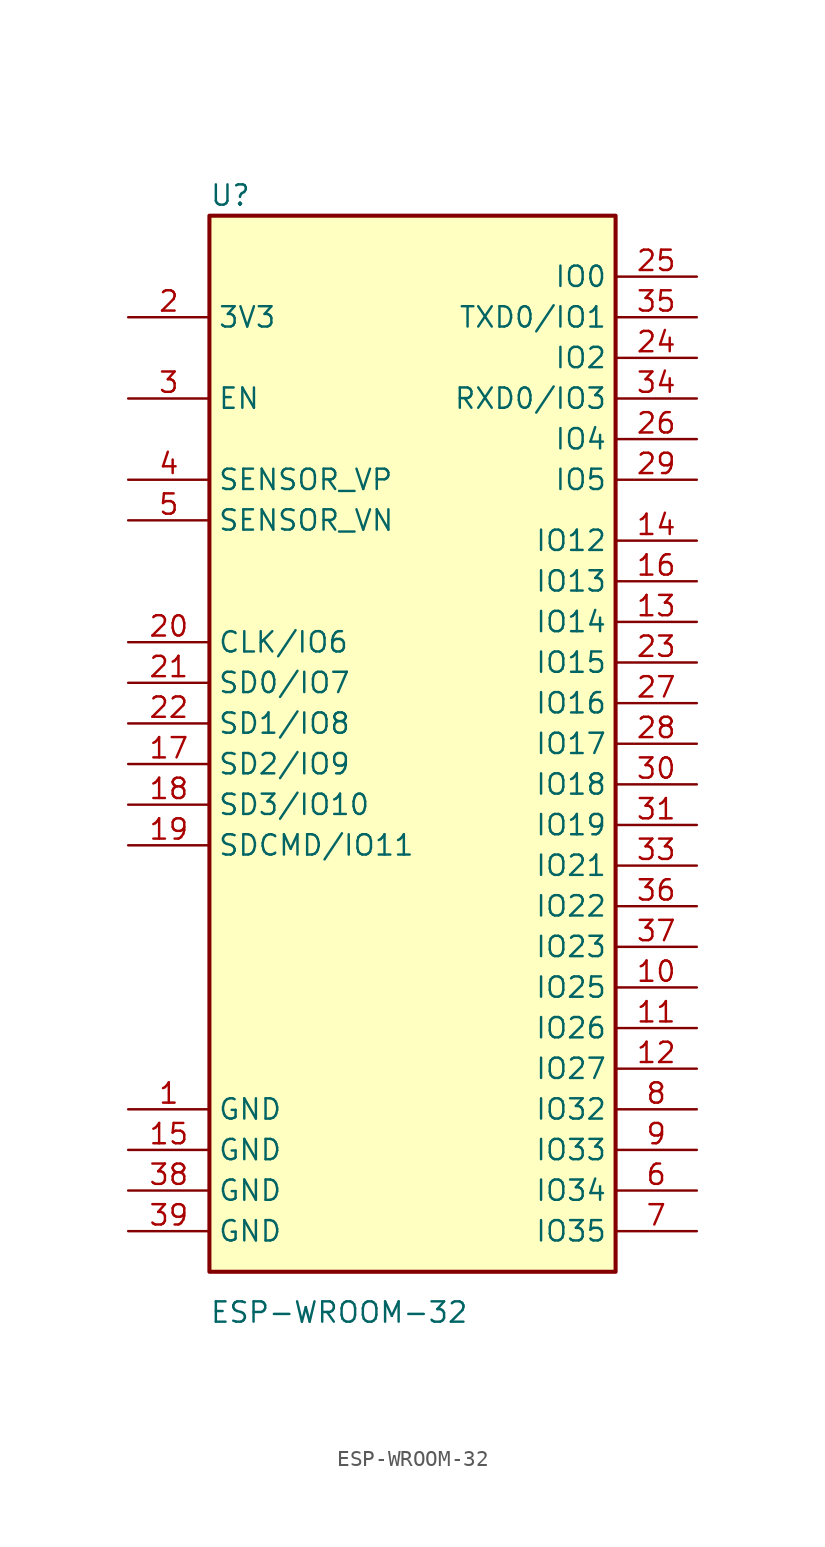
<source format=kicad_sym>
(kicad_symbol_lib
  (version 20220914)
  (generator kicad_symbol_editor)
  (symbol "ESP-WROOM-32"
    (property "Reference" "U"
      (at -12.7 34.29 0)
      (effects (font (size 1.27 1.27)) (justify left)))
    (property "Value" "ESP-WROOM-32"
      (at -12.7 -35.56 0)
      (effects (font (size 1.27 1.27)) (justify left)))
    (symbol "ESP-WROOM-32_0_1"
      (rectangle (start -12.7 33.02) (end 12.7 -33.02) (stroke (width 0.254) (type solid)) (fill (type background))))
    (symbol "ESP-WROOM-32_1_1"
      (pin power_in line (at -17.78 -22.86 0) (length 5.08) (name "GND" (effects (font (size 1.27 1.27)))) (number "1" (effects (font (size 1.27 1.27)))))
      (pin bidirectional line (at 17.78 -15.24 180) (length 5.08) (name "IO25" (effects (font (size 1.27 1.27)))) (number "10" (effects (font (size 1.27 1.27)))))
      (pin bidirectional line (at 17.78 -17.78 180) (length 5.08) (name "IO26" (effects (font (size 1.27 1.27)))) (number "11" (effects (font (size 1.27 1.27)))))
      (pin bidirectional line (at 17.78 -20.32 180) (length 5.08) (name "IO27" (effects (font (size 1.27 1.27)))) (number "12" (effects (font (size 1.27 1.27)))))
      (pin bidirectional line (at 17.78 7.62 180) (length 5.08) (name "IO14" (effects (font (size 1.27 1.27)))) (number "13" (effects (font (size 1.27 1.27)))))
      (pin bidirectional line (at 17.78 12.7 180) (length 5.08) (name "IO12" (effects (font (size 1.27 1.27)))) (number "14" (effects (font (size 1.27 1.27)))))
      (pin power_in line (at -17.78 -25.4 0) (length 5.08) (name "GND" (effects (font (size 1.27 1.27)))) (number "15" (effects (font (size 1.27 1.27)))))
      (pin bidirectional line (at 17.78 10.16 180) (length 5.08) (name "IO13" (effects (font (size 1.27 1.27)))) (number "16" (effects (font (size 1.27 1.27)))))
      (pin bidirectional line (at -17.78 -1.27 0) (length 5.08) (name "SD2/IO9" (effects (font (size 1.27 1.27)))) (number "17" (effects (font (size 1.27 1.27)))))
      (pin bidirectional line (at -17.78 -3.81 0) (length 5.08) (name "SD3/IO10" (effects (font (size 1.27 1.27)))) (number "18" (effects (font (size 1.27 1.27)))))
      (pin bidirectional line (at -17.78 -6.35 0) (length 5.08) (name "SDCMD/IO11" (effects (font (size 1.27 1.27)))) (number "19" (effects (font (size 1.27 1.27)))))
      (pin power_in line (at -17.78 26.67 0) (length 5.08) (name "3V3" (effects (font (size 1.27 1.27)))) (number "2" (effects (font (size 1.27 1.27)))))
      (pin bidirectional line (at -17.78 6.35 0) (length 5.08) (name "CLK/IO6" (effects (font (size 1.27 1.27)))) (number "20" (effects (font (size 1.27 1.27)))))
      (pin bidirectional line (at -17.78 3.81 0) (length 5.08) (name "SD0/IO7" (effects (font (size 1.27 1.27)))) (number "21" (effects (font (size 1.27 1.27)))))
      (pin bidirectional line (at -17.78 1.27 0) (length 5.08) (name "SD1/IO8" (effects (font (size 1.27 1.27)))) (number "22" (effects (font (size 1.27 1.27)))))
      (pin bidirectional line (at 17.78 5.08 180) (length 5.08) (name "IO15" (effects (font (size 1.27 1.27)))) (number "23" (effects (font (size 1.27 1.27)))))
      (pin bidirectional line (at 17.78 24.13 180) (length 5.08) (name "IO2" (effects (font (size 1.27 1.27)))) (number "24" (effects (font (size 1.27 1.27)))))
      (pin bidirectional line (at 17.78 29.21 180) (length 5.08) (name "IO0" (effects (font (size 1.27 1.27)))) (number "25" (effects (font (size 1.27 1.27)))))
      (pin bidirectional line (at 17.78 19.05 180) (length 5.08) (name "IO4" (effects (font (size 1.27 1.27)))) (number "26" (effects (font (size 1.27 1.27)))))
      (pin bidirectional line (at 17.78 2.54 180) (length 5.08) (name "IO16" (effects (font (size 1.27 1.27)))) (number "27" (effects (font (size 1.27 1.27)))))
      (pin bidirectional line (at 17.78 0 180) (length 5.08) (name "IO17" (effects (font (size 1.27 1.27)))) (number "28" (effects (font (size 1.27 1.27)))))
      (pin bidirectional line (at 17.78 16.51 180) (length 5.08) (name "IO5" (effects (font (size 1.27 1.27)))) (number "29" (effects (font (size 1.27 1.27)))))
      (pin input line (at -17.78 21.59 0) (length 5.08) (name "EN" (effects (font (size 1.27 1.27)))) (number "3" (effects (font (size 1.27 1.27)))))
      (pin bidirectional line (at 17.78 -2.54 180) (length 5.08) (name "IO18" (effects (font (size 1.27 1.27)))) (number "30" (effects (font (size 1.27 1.27)))))
      (pin bidirectional line (at 17.78 -5.08 180) (length 5.08) (name "IO19" (effects (font (size 1.27 1.27)))) (number "31" (effects (font (size 1.27 1.27)))))
      (pin bidirectional line (at 17.78 -7.62 180) (length 5.08) (name "IO21" (effects (font (size 1.27 1.27)))) (number "33" (effects (font (size 1.27 1.27)))))
      (pin bidirectional line (at 17.78 21.59 180) (length 5.08) (name "RXD0/IO3" (effects (font (size 1.27 1.27)))) (number "34" (effects (font (size 1.27 1.27)))))
      (pin bidirectional line (at 17.78 26.67 180) (length 5.08) (name "TXD0/IO1" (effects (font (size 1.27 1.27)))) (number "35" (effects (font (size 1.27 1.27)))))
      (pin bidirectional line (at 17.78 -10.16 180) (length 5.08) (name "IO22" (effects (font (size 1.27 1.27)))) (number "36" (effects (font (size 1.27 1.27)))))
      (pin bidirectional line (at 17.78 -12.7 180) (length 5.08) (name "IO23" (effects (font (size 1.27 1.27)))) (number "37" (effects (font (size 1.27 1.27)))))
      (pin power_in line (at -17.78 -27.94 0) (length 5.08) (name "GND" (effects (font (size 1.27 1.27)))) (number "38" (effects (font (size 1.27 1.27)))))
      (pin power_in line (at -17.78 -30.48 0) (length 5.08) (name "GND" (effects (font (size 1.27 1.27)))) (number "39" (effects (font (size 1.27 1.27)))))
      (pin input line (at -17.78 16.51 0) (length 5.08) (name "SENSOR_VP" (effects (font (size 1.27 1.27)))) (number "4" (effects (font (size 1.27 1.27)))))
      (pin input line (at -17.78 13.97 0) (length 5.08) (name "SENSOR_VN" (effects (font (size 1.27 1.27)))) (number "5" (effects (font (size 1.27 1.27)))))
      (pin input line (at 17.78 -27.94 180) (length 5.08) (name "IO34" (effects (font (size 1.27 1.27)))) (number "6" (effects (font (size 1.27 1.27)))))
      (pin input line (at 17.78 -30.48 180) (length 5.08) (name "IO35" (effects (font (size 1.27 1.27)))) (number "7" (effects (font (size 1.27 1.27)))))
      (pin bidirectional line (at 17.78 -22.86 180) (length 5.08) (name "IO32" (effects (font (size 1.27 1.27)))) (number "8" (effects (font (size 1.27 1.27)))))
      (pin bidirectional line (at 17.78 -25.4 180) (length 5.08) (name "IO33" (effects (font (size 1.27 1.27)))) (number "9" (effects (font (size 1.27 1.27))))))))
</source>
